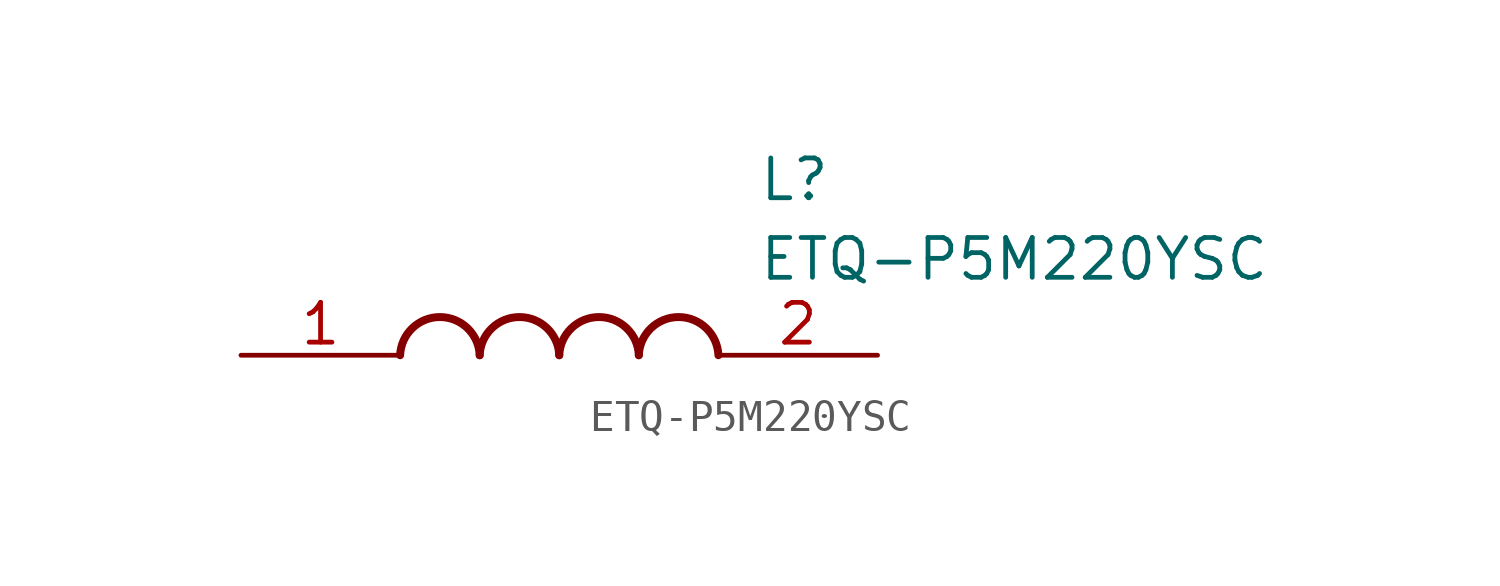
<source format=kicad_sym>
(kicad_symbol_lib
  (version 20211014)
  (generator SamacSys_ECAD_Model)
  (symbol "ETQ-P5M220YSC"
    (pin_names hide)
    (property "Reference" "L"
      (at 16.51 6.35 0)
      (effects (font (size 1.27 1.27)) (justify left top)))
    (property "Value" "ETQ-P5M220YSC"
      (at 16.51 3.81 0)
      (effects (font (size 1.27 1.27)) (justify left top)))
    (arc
      (start 7.62 0)
      (mid 6.35 1.219)
      (end 5.08 0)
      (stroke (width 0.254) (type default))
      (fill (type none)))
    (arc
      (start 10.16 0)
      (mid 8.89 1.219)
      (end 7.62 0)
      (stroke (width 0.254) (type default))
      (fill (type none)))
    (arc
      (start 12.7 0)
      (mid 11.43 1.219)
      (end 10.16 0)
      (stroke (width 0.254) (type default))
      (fill (type none)))
    (arc
      (start 15.24 0)
      (mid 13.97 1.219)
      (end 12.7 0)
      (stroke (width 0.254) (type default))
      (fill (type none)))
    (pin passive line
      (at 0 0 0)
      (length 5.08)
      (name "1" (effects (font (size 1.27 1.27))))
      (number "1" (effects (font (size 1.27 1.27)))))
    (pin passive line
      (at 20.32 0 180)
      (length 5.08)
      (name "2" (effects (font (size 1.27 1.27))))
      (number "2" (effects (font (size 1.27 1.27)))))))
</source>
